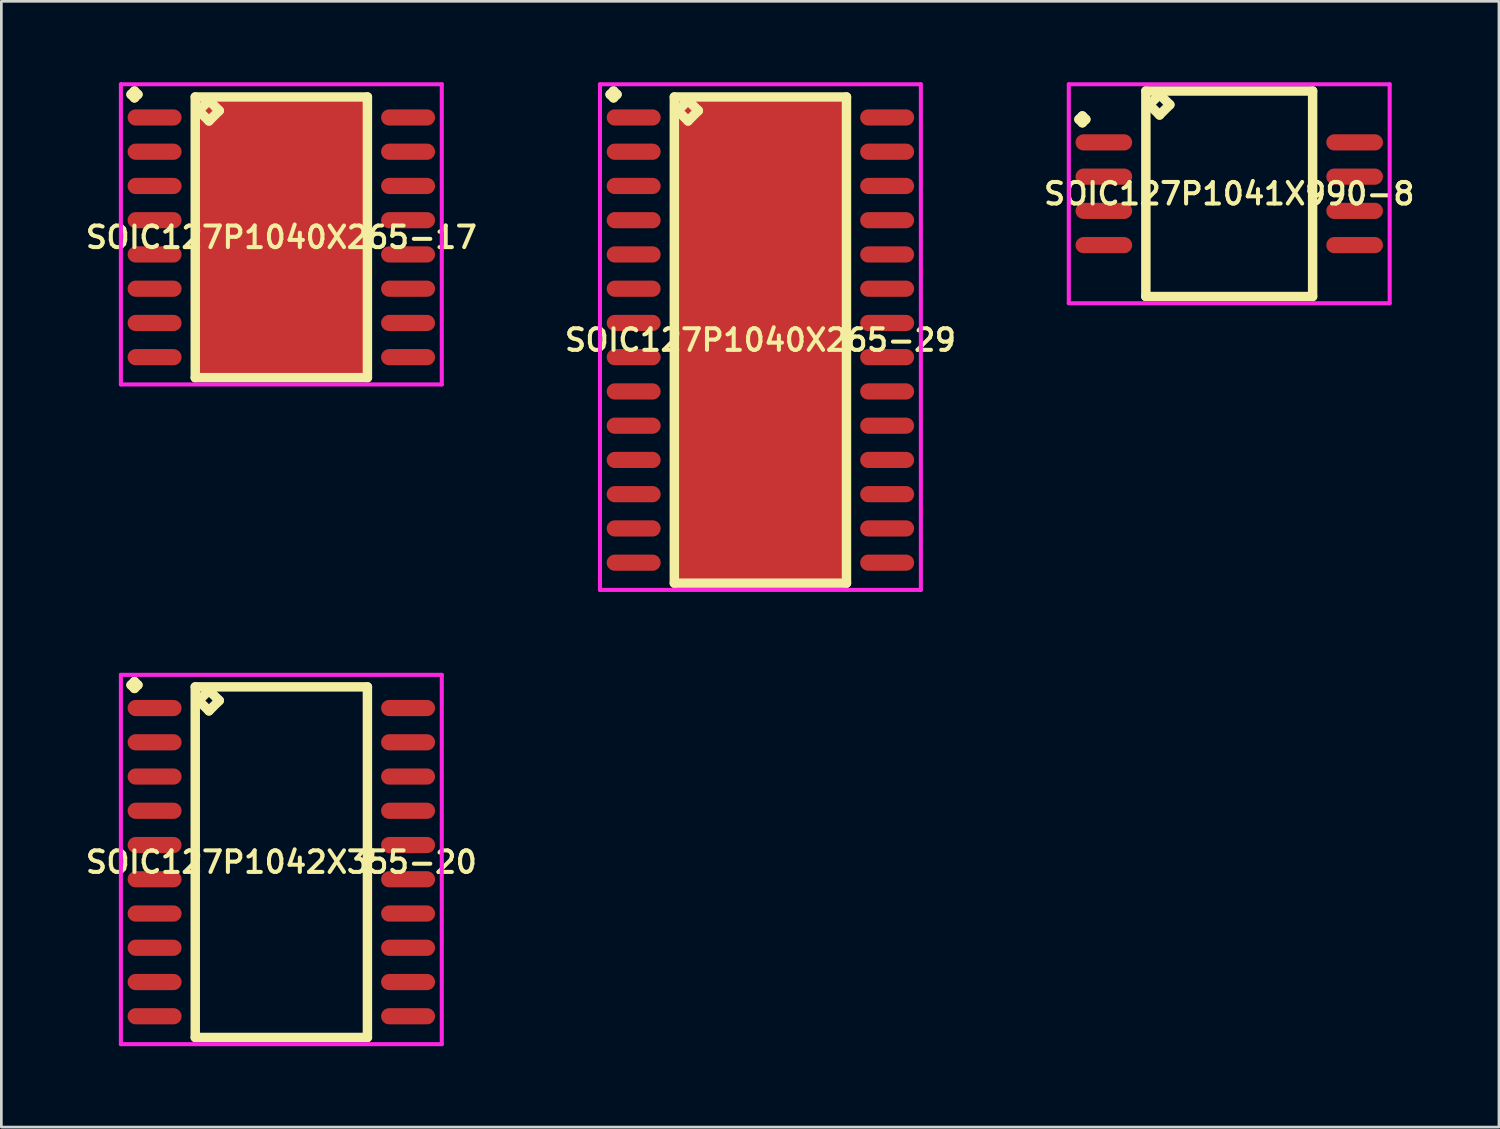
<source format=kicad_pcb>
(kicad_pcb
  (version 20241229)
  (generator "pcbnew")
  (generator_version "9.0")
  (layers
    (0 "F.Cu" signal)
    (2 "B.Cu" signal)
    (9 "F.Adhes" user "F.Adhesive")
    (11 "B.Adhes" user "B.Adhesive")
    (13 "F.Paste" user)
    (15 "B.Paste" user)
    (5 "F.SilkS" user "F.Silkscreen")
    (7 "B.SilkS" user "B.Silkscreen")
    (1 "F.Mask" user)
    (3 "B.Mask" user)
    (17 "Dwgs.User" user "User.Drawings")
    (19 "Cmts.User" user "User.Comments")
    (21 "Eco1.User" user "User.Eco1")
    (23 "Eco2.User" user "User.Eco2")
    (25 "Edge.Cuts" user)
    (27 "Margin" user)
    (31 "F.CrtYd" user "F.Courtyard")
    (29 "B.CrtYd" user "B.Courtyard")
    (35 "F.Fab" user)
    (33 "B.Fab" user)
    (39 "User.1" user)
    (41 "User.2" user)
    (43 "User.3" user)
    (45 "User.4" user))
  (footprint "SOIC127P1042X355-20"
    (layer "F.Cu")
    (at 7.383 28.922)
    (property "Reference" "SOIC127P1042X355-20" (at 0 0 0) (layer "F.SilkS") (effects (font (size 0.8 0.8) (thickness 0.15))))
    (attr smd)
    (fp_line (start -5.573 -6.569) (end -5.446 -6.696) (stroke (width 0.35) (type solid)) (layer "F.SilkS"))
    (fp_line (start -5.446 -6.696) (end -5.319 -6.569) (stroke (width 0.35) (type solid)) (layer "F.SilkS"))
    (fp_line (start -5.446 -6.442) (end -5.573 -6.569) (stroke (width 0.35) (type solid)) (layer "F.SilkS"))
    (fp_line (start -5.319 -6.569) (end -5.446 -6.442) (stroke (width 0.35) (type solid)) (layer "F.SilkS"))
    (fp_line (start -3.192 -6.5) (end -3.192 6.5) (stroke (width 0.35) (type solid)) (layer "F.SilkS"))
    (fp_line (start -3.192 6.5) (end 3.192 6.5) (stroke (width 0.35) (type solid)) (layer "F.SilkS"))
    (fp_line (start -3.065 -5.992) (end -2.684 -6.373) (stroke (width 0.35) (type solid)) (layer "F.SilkS"))
    (fp_line (start -2.684 -6.373) (end -2.303 -5.992) (stroke (width 0.35) (type solid)) (layer "F.SilkS"))
    (fp_line (start -2.684 -5.611) (end -3.065 -5.992) (stroke (width 0.35) (type solid)) (layer "F.SilkS"))
    (fp_line (start -2.303 -5.992) (end -2.684 -5.611) (stroke (width 0.35) (type solid)) (layer "F.SilkS"))
    (fp_line (start 3.192 -6.5) (end -3.192 -6.5) (stroke (width 0.35) (type solid)) (layer "F.SilkS"))
    (fp_line (start 3.192 6.5) (end 3.192 -6.5) (stroke (width 0.35) (type solid)) (layer "F.SilkS"))
    (fp_line (start -5.95 -6.946) (end 5.95 -6.946) (stroke (width 0.15) (type solid)) (layer "F.CrtYd"))
    (fp_line (start -5.95 6.75) (end -5.95 -6.946) (stroke (width 0.15) (type solid)) (layer "F.CrtYd"))
    (fp_line (start 5.95 -6.946) (end 5.95 6.75) (stroke (width 0.15) (type solid)) (layer "F.CrtYd"))
    (fp_line (start 5.95 6.75) (end -5.95 6.75) (stroke (width 0.15) (type solid)) (layer "F.CrtYd"))
    (pad "1" smd oval (at -4.7 -5.715) (size 2 0.6) (layers "F.Cu" "F.Mask" "F.Paste"))
    (pad "2" smd oval (at -4.7 -4.445) (size 2 0.6) (layers "F.Cu" "F.Mask" "F.Paste"))
    (pad "3" smd oval (at -4.7 -3.175) (size 2 0.6) (layers "F.Cu" "F.Mask" "F.Paste"))
    (pad "4" smd oval (at -4.7 -1.905) (size 2 0.6) (layers "F.Cu" "F.Mask" "F.Paste"))
    (pad "5" smd oval (at -4.7 -0.635) (size 2 0.6) (layers "F.Cu" "F.Mask" "F.Paste"))
    (pad "6" smd oval (at -4.7 0.635) (size 2 0.6) (layers "F.Cu" "F.Mask" "F.Paste"))
    (pad "7" smd oval (at -4.7 1.905) (size 2 0.6) (layers "F.Cu" "F.Mask" "F.Paste"))
    (pad "8" smd oval (at -4.7 3.175) (size 2 0.6) (layers "F.Cu" "F.Mask" "F.Paste"))
    (pad "9" smd oval (at -4.7 4.445) (size 2 0.6) (layers "F.Cu" "F.Mask" "F.Paste"))
    (pad "10" smd oval (at -4.7 5.715) (size 2 0.6) (layers "F.Cu" "F.Mask" "F.Paste"))
    (pad "11" smd oval (at 4.7 5.715) (size 2 0.6) (layers "F.Cu" "F.Mask" "F.Paste"))
    (pad "12" smd oval (at 4.7 4.445) (size 2 0.6) (layers "F.Cu" "F.Mask" "F.Paste"))
    (pad "13" smd oval (at 4.7 3.175) (size 2 0.6) (layers "F.Cu" "F.Mask" "F.Paste"))
    (pad "14" smd oval (at 4.7 1.905) (size 2 0.6) (layers "F.Cu" "F.Mask" "F.Paste"))
    (pad "15" smd oval (at 4.7 0.635) (size 2 0.6) (layers "F.Cu" "F.Mask" "F.Paste"))
    (pad "16" smd oval (at 4.7 -0.635) (size 2 0.6) (layers "F.Cu" "F.Mask" "F.Paste"))
    (pad "17" smd oval (at 4.7 -1.905) (size 2 0.6) (layers "F.Cu" "F.Mask" "F.Paste"))
    (pad "18" smd oval (at 4.7 -3.175) (size 2 0.6) (layers "F.Cu" "F.Mask" "F.Paste"))
    (pad "19" smd oval (at 4.7 -4.445) (size 2 0.6) (layers "F.Cu" "F.Mask" "F.Paste"))
    (pad "20" smd oval (at 4.7 -5.715) (size 2 0.6) (layers "F.Cu" "F.Mask" "F.Paste")))
  (footprint "SOIC127P1040X265-29"
    (layer "F.Cu")
    (at 25.149 9.561)
    (property "Reference" "SOIC127P1040X265-29" (at 0 0 0) (layer "F.SilkS") (effects (font (size 0.8 0.8) (thickness 0.15))))
    (attr smd)
    (fp_line (start -5.573 -9.109) (end -5.446 -9.236) (stroke (width 0.35) (type solid)) (layer "F.SilkS"))
    (fp_line (start -5.446 -9.236) (end -5.319 -9.109) (stroke (width 0.35) (type solid)) (layer "F.SilkS"))
    (fp_line (start -5.446 -8.982) (end -5.573 -9.109) (stroke (width 0.35) (type solid)) (layer "F.SilkS"))
    (fp_line (start -5.319 -9.109) (end -5.446 -8.982) (stroke (width 0.35) (type solid)) (layer "F.SilkS"))
    (fp_line (start -3.192 -9.015) (end -3.192 9.015) (stroke (width 0.35) (type solid)) (layer "F.SilkS"))
    (fp_line (start -3.192 9.015) (end 3.192 9.015) (stroke (width 0.35) (type solid)) (layer "F.SilkS"))
    (fp_line (start -3.065 -8.507) (end -2.684 -8.888) (stroke (width 0.35) (type solid)) (layer "F.SilkS"))
    (fp_line (start -2.684 -8.888) (end -2.303 -8.507) (stroke (width 0.35) (type solid)) (layer "F.SilkS"))
    (fp_line (start -2.684 -8.126) (end -3.065 -8.507) (stroke (width 0.35) (type solid)) (layer "F.SilkS"))
    (fp_line (start -2.303 -8.507) (end -2.684 -8.126) (stroke (width 0.35) (type solid)) (layer "F.SilkS"))
    (fp_line (start 3.192 -9.015) (end -3.192 -9.015) (stroke (width 0.35) (type solid)) (layer "F.SilkS"))
    (fp_line (start 3.192 9.015) (end 3.192 -9.015) (stroke (width 0.35) (type solid)) (layer "F.SilkS"))
    (fp_line (start -5.95 -9.486) (end 5.95 -9.486) (stroke (width 0.15) (type solid)) (layer "F.CrtYd"))
    (fp_line (start -5.95 9.265) (end -5.95 -9.486) (stroke (width 0.15) (type solid)) (layer "F.CrtYd"))
    (fp_line (start 5.95 -9.486) (end 5.95 9.265) (stroke (width 0.15) (type solid)) (layer "F.CrtYd"))
    (fp_line (start 5.95 9.265) (end -5.95 9.265) (stroke (width 0.15) (type solid)) (layer "F.CrtYd"))
    (pad "1" smd oval (at -4.7 -8.255) (size 2 0.6) (layers "F.Cu" "F.Mask" "F.Paste"))
    (pad "2" smd oval (at -4.7 -6.985) (size 2 0.6) (layers "F.Cu" "F.Mask" "F.Paste"))
    (pad "3" smd oval (at -4.7 -5.715) (size 2 0.6) (layers "F.Cu" "F.Mask" "F.Paste"))
    (pad "4" smd oval (at -4.7 -4.445) (size 2 0.6) (layers "F.Cu" "F.Mask" "F.Paste"))
    (pad "5" smd oval (at -4.7 -3.175) (size 2 0.6) (layers "F.Cu" "F.Mask" "F.Paste"))
    (pad "6" smd oval (at -4.7 -1.905) (size 2 0.6) (layers "F.Cu" "F.Mask" "F.Paste"))
    (pad "7" smd oval (at -4.7 -0.635) (size 2 0.6) (layers "F.Cu" "F.Mask" "F.Paste"))
    (pad "8" smd oval (at -4.7 0.635) (size 2 0.6) (layers "F.Cu" "F.Mask" "F.Paste"))
    (pad "9" smd oval (at -4.7 1.905) (size 2 0.6) (layers "F.Cu" "F.Mask" "F.Paste"))
    (pad "10" smd oval (at -4.7 3.175) (size 2 0.6) (layers "F.Cu" "F.Mask" "F.Paste"))
    (pad "11" smd oval (at -4.7 4.445) (size 2 0.6) (layers "F.Cu" "F.Mask" "F.Paste"))
    (pad "12" smd oval (at -4.7 5.715) (size 2 0.6) (layers "F.Cu" "F.Mask" "F.Paste"))
    (pad "13" smd oval (at -4.7 6.985) (size 2 0.6) (layers "F.Cu" "F.Mask" "F.Paste"))
    (pad "14" smd oval (at -4.7 8.255) (size 2 0.6) (layers "F.Cu" "F.Mask" "F.Paste"))
    (pad "15" smd oval (at 4.7 8.255) (size 2 0.6) (layers "F.Cu" "F.Mask" "F.Paste"))
    (pad "16" smd oval (at 4.7 6.985) (size 2 0.6) (layers "F.Cu" "F.Mask" "F.Paste"))
    (pad "17" smd oval (at 4.7 5.715) (size 2 0.6) (layers "F.Cu" "F.Mask" "F.Paste"))
    (pad "18" smd oval (at 4.7 4.445) (size 2 0.6) (layers "F.Cu" "F.Mask" "F.Paste"))
    (pad "19" smd oval (at 4.7 3.175) (size 2 0.6) (layers "F.Cu" "F.Mask" "F.Paste"))
    (pad "20" smd oval (at 4.7 1.905) (size 2 0.6) (layers "F.Cu" "F.Mask" "F.Paste"))
    (pad "21" smd oval (at 4.7 0.635) (size 2 0.6) (layers "F.Cu" "F.Mask" "F.Paste"))
    (pad "22" smd oval (at 4.7 -0.635) (size 2 0.6) (layers "F.Cu" "F.Mask" "F.Paste"))
    (pad "23" smd oval (at 4.7 -1.905) (size 2 0.6) (layers "F.Cu" "F.Mask" "F.Paste"))
    (pad "24" smd oval (at 4.7 -3.175) (size 2 0.6) (layers "F.Cu" "F.Mask" "F.Paste"))
    (pad "25" smd oval (at 4.7 -4.445) (size 2 0.6) (layers "F.Cu" "F.Mask" "F.Paste"))
    (pad "26" smd oval (at 4.7 -5.715) (size 2 0.6) (layers "F.Cu" "F.Mask" "F.Paste"))
    (pad "27" smd oval (at 4.7 -6.985) (size 2 0.6) (layers "F.Cu" "F.Mask" "F.Paste"))
    (pad "28" smd oval (at 4.7 -8.255) (size 2 0.6) (layers "F.Cu" "F.Mask" "F.Paste"))
    (pad "29" smd rect (at 0 0) (size 6.2 18) (layers "F.Cu" "F.Mask" "F.Paste")))
  (footprint "SOIC127P1040X265-17"
    (layer "F.Cu")
    (at 7.383 5.751)
    (property "Reference" "SOIC127P1040X265-17" (at 0 0 0) (layer "F.SilkS") (effects (font (size 0.8 0.8) (thickness 0.15))))
    (attr smd)
    (fp_line (start -5.573 -5.299) (end -5.446 -5.426) (stroke (width 0.35) (type solid)) (layer "F.SilkS"))
    (fp_line (start -5.446 -5.426) (end -5.319 -5.299) (stroke (width 0.35) (type solid)) (layer "F.SilkS"))
    (fp_line (start -5.446 -5.172) (end -5.573 -5.299) (stroke (width 0.35) (type solid)) (layer "F.SilkS"))
    (fp_line (start -5.319 -5.299) (end -5.446 -5.172) (stroke (width 0.35) (type solid)) (layer "F.SilkS"))
    (fp_line (start -3.192 -5.205) (end -3.192 5.205) (stroke (width 0.35) (type solid)) (layer "F.SilkS"))
    (fp_line (start -3.192 5.205) (end 3.192 5.205) (stroke (width 0.35) (type solid)) (layer "F.SilkS"))
    (fp_line (start -3.065 -4.697) (end -2.684 -5.078) (stroke (width 0.35) (type solid)) (layer "F.SilkS"))
    (fp_line (start -2.684 -5.078) (end -2.303 -4.697) (stroke (width 0.35) (type solid)) (layer "F.SilkS"))
    (fp_line (start -2.684 -4.316) (end -3.065 -4.697) (stroke (width 0.35) (type solid)) (layer "F.SilkS"))
    (fp_line (start -2.303 -4.697) (end -2.684 -4.316) (stroke (width 0.35) (type solid)) (layer "F.SilkS"))
    (fp_line (start 3.192 -5.205) (end -3.192 -5.205) (stroke (width 0.35) (type solid)) (layer "F.SilkS"))
    (fp_line (start 3.192 5.205) (end 3.192 -5.205) (stroke (width 0.35) (type solid)) (layer "F.SilkS"))
    (fp_line (start -5.95 -5.676) (end 5.95 -5.676) (stroke (width 0.15) (type solid)) (layer "F.CrtYd"))
    (fp_line (start -5.95 5.455) (end -5.95 -5.676) (stroke (width 0.15) (type solid)) (layer "F.CrtYd"))
    (fp_line (start 5.95 -5.676) (end 5.95 5.455) (stroke (width 0.15) (type solid)) (layer "F.CrtYd"))
    (fp_line (start 5.95 5.455) (end -5.95 5.455) (stroke (width 0.15) (type solid)) (layer "F.CrtYd"))
    (pad "1" smd oval (at -4.7 -4.445) (size 2 0.6) (layers "F.Cu" "F.Mask" "F.Paste"))
    (pad "2" smd oval (at -4.7 -3.175) (size 2 0.6) (layers "F.Cu" "F.Mask" "F.Paste"))
    (pad "3" smd oval (at -4.7 -1.905) (size 2 0.6) (layers "F.Cu" "F.Mask" "F.Paste"))
    (pad "4" smd oval (at -4.7 -0.635) (size 2 0.6) (layers "F.Cu" "F.Mask" "F.Paste"))
    (pad "5" smd oval (at -4.7 0.635) (size 2 0.6) (layers "F.Cu" "F.Mask" "F.Paste"))
    (pad "6" smd oval (at -4.7 1.905) (size 2 0.6) (layers "F.Cu" "F.Mask" "F.Paste"))
    (pad "7" smd oval (at -4.7 3.175) (size 2 0.6) (layers "F.Cu" "F.Mask" "F.Paste"))
    (pad "8" smd oval (at -4.7 4.445) (size 2 0.6) (layers "F.Cu" "F.Mask" "F.Paste"))
    (pad "9" smd oval (at 4.7 4.445) (size 2 0.6) (layers "F.Cu" "F.Mask" "F.Paste"))
    (pad "10" smd oval (at 4.7 3.175) (size 2 0.6) (layers "F.Cu" "F.Mask" "F.Paste"))
    (pad "11" smd oval (at 4.7 1.905) (size 2 0.6) (layers "F.Cu" "F.Mask" "F.Paste"))
    (pad "12" smd oval (at 4.7 0.635) (size 2 0.6) (layers "F.Cu" "F.Mask" "F.Paste"))
    (pad "13" smd oval (at 4.7 -0.635) (size 2 0.6) (layers "F.Cu" "F.Mask" "F.Paste"))
    (pad "14" smd oval (at 4.7 -1.905) (size 2 0.6) (layers "F.Cu" "F.Mask" "F.Paste"))
    (pad "15" smd oval (at 4.7 -3.175) (size 2 0.6) (layers "F.Cu" "F.Mask" "F.Paste"))
    (pad "16" smd oval (at 4.7 -4.445) (size 2 0.6) (layers "F.Cu" "F.Mask" "F.Paste"))
    (pad "17" smd rect (at 0 0) (size 6.2 10.4) (layers "F.Cu" "F.Mask" "F.Paste")))
  (footprint "SOIC127P1041X990-8"
    (layer "F.Cu")
    (at 42.535 4.135)
    (property "Reference" "SOIC127P1041X990-8" (at 0 0 0) (layer "F.SilkS") (effects (font (size 0.8 0.8) (thickness 0.15))))
    (attr smd)
    (fp_line (start -5.573 -2.759) (end -5.446 -2.886) (stroke (width 0.35) (type solid)) (layer "F.SilkS"))
    (fp_line (start -5.446 -2.886) (end -5.319 -2.759) (stroke (width 0.35) (type solid)) (layer "F.SilkS"))
    (fp_line (start -5.446 -2.632) (end -5.573 -2.759) (stroke (width 0.35) (type solid)) (layer "F.SilkS"))
    (fp_line (start -5.319 -2.759) (end -5.446 -2.632) (stroke (width 0.35) (type solid)) (layer "F.SilkS"))
    (fp_line (start -3.092 -3.81) (end -3.092 3.81) (stroke (width 0.35) (type solid)) (layer "F.SilkS"))
    (fp_line (start -3.092 3.81) (end 3.092 3.81) (stroke (width 0.35) (type solid)) (layer "F.SilkS"))
    (fp_line (start -2.965 -3.302) (end -2.584 -3.683) (stroke (width 0.35) (type solid)) (layer "F.SilkS"))
    (fp_line (start -2.584 -3.683) (end -2.203 -3.302) (stroke (width 0.35) (type solid)) (layer "F.SilkS"))
    (fp_line (start -2.584 -2.921) (end -2.965 -3.302) (stroke (width 0.35) (type solid)) (layer "F.SilkS"))
    (fp_line (start -2.203 -3.302) (end -2.584 -2.921) (stroke (width 0.35) (type solid)) (layer "F.SilkS"))
    (fp_line (start 3.092 -3.81) (end -3.092 -3.81) (stroke (width 0.35) (type solid)) (layer "F.SilkS"))
    (fp_line (start 3.092 3.81) (end 3.092 -3.81) (stroke (width 0.35) (type solid)) (layer "F.SilkS"))
    (fp_line (start -5.95 -4.06) (end 5.95 -4.06) (stroke (width 0.15) (type solid)) (layer "F.CrtYd"))
    (fp_line (start -5.95 4.06) (end -5.95 -4.06) (stroke (width 0.15) (type solid)) (layer "F.CrtYd"))
    (fp_line (start 5.95 -4.06) (end 5.95 4.06) (stroke (width 0.15) (type solid)) (layer "F.CrtYd"))
    (fp_line (start 5.95 4.06) (end -5.95 4.06) (stroke (width 0.15) (type solid)) (layer "F.CrtYd"))
    (pad "1" smd oval (at -4.65 -1.905) (size 2.1 0.6) (layers "F.Cu" "F.Mask" "F.Paste"))
    (pad "2" smd oval (at -4.65 -0.635) (size 2.1 0.6) (layers "F.Cu" "F.Mask" "F.Paste"))
    (pad "3" smd oval (at -4.65 0.635) (size 2.1 0.6) (layers "F.Cu" "F.Mask" "F.Paste"))
    (pad "4" smd oval (at -4.65 1.905) (size 2.1 0.6) (layers "F.Cu" "F.Mask" "F.Paste"))
    (pad "5" smd oval (at 4.65 1.905) (size 2.1 0.6) (layers "F.Cu" "F.Mask" "F.Paste"))
    (pad "6" smd oval (at 4.65 0.635) (size 2.1 0.6) (layers "F.Cu" "F.Mask" "F.Paste"))
    (pad "7" smd oval (at 4.65 -0.635) (size 2.1 0.6) (layers "F.Cu" "F.Mask" "F.Paste"))
    (pad "8" smd oval (at 4.65 -1.905) (size 2.1 0.6) (layers "F.Cu" "F.Mask" "F.Paste")))
  (gr_rect
    (start -3 -3)
    (end 52.537 38.747)
    (stroke (width 0.1) (type default))
    (fill no)
    (layer "Edge.Cuts")))
</source>
